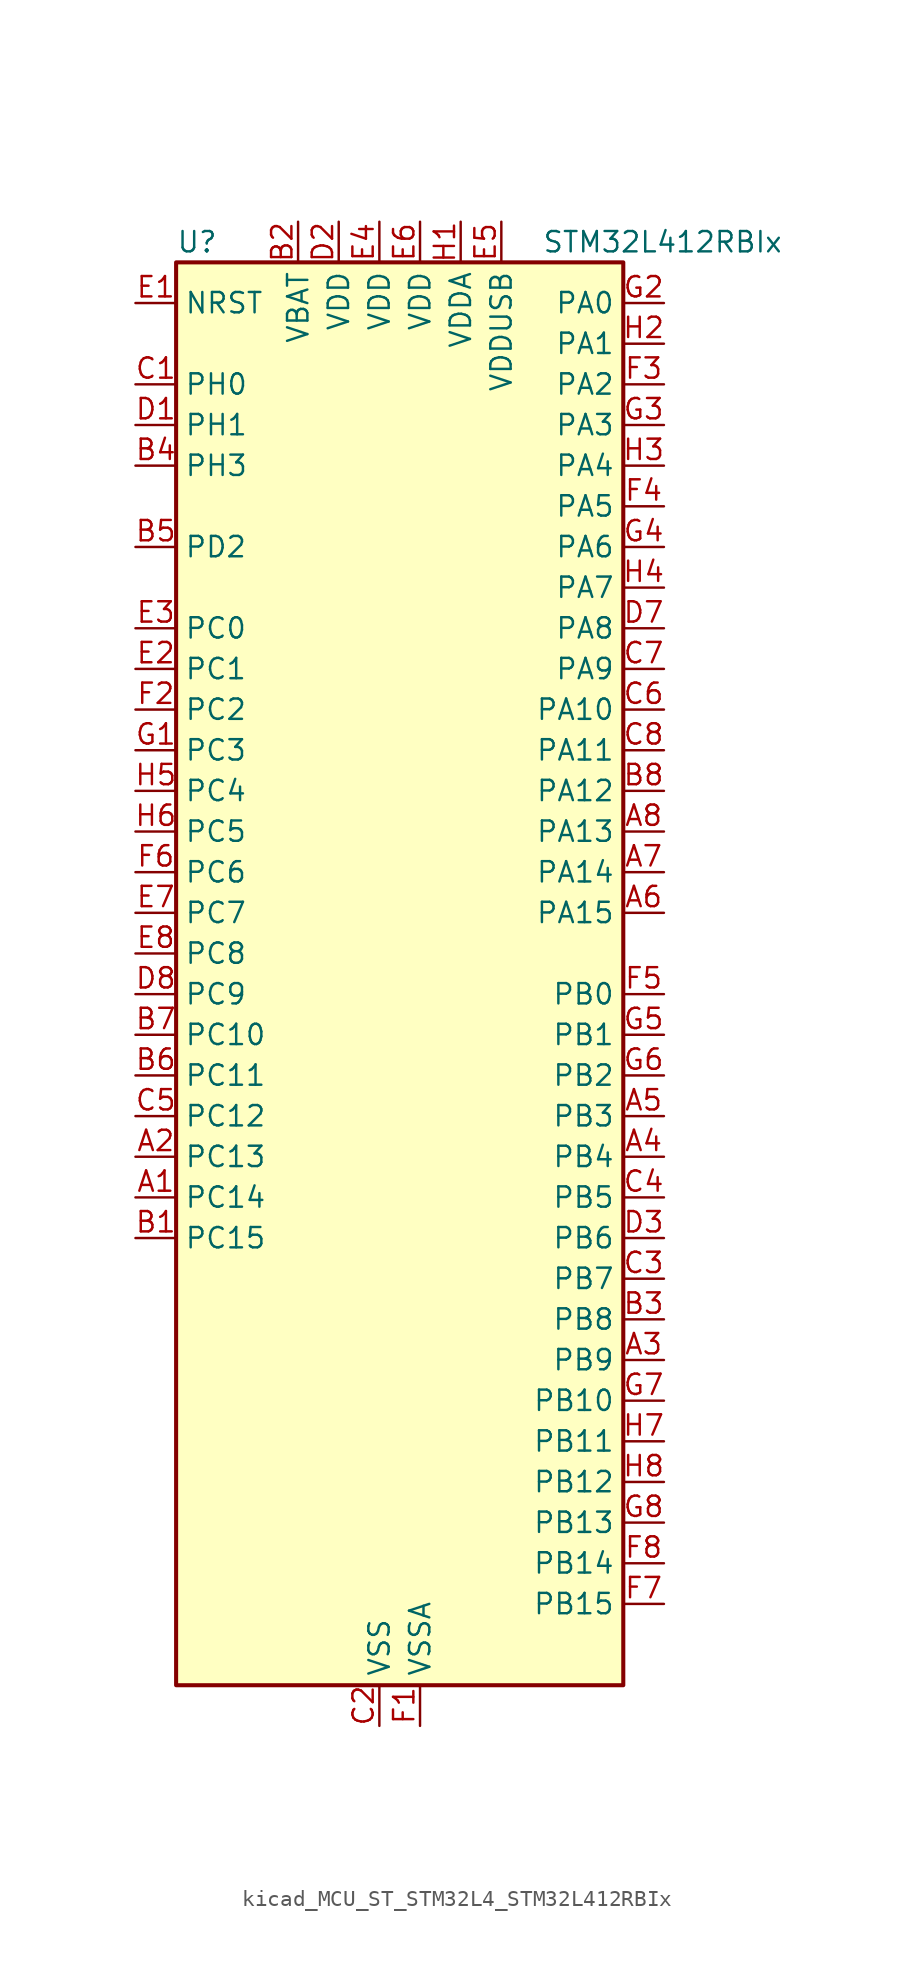
<source format=kicad_sym>
(kicad_symbol_lib
  (version 20220914)
  (generator kicad_symbol_editor)
  (symbol "kicad_MCU_ST_STM32L4_STM32L412RBIx"
    (property "Reference" "U"
      (at -12.7 46.99 0)
      (effects (font (size 1.27 1.27)) (justify left)))
    (property "Value" "STM32L412RBIx"
      (at 10.16 46.99 0)
      (effects (font (size 1.27 1.27)) (justify left)))
    (property "ki_locked" ""
      (at 0 0 0)
      (effects (font (size 1.27 1.27))))
    (symbol "kicad_MCU_ST_STM32L4_STM32L412RBIx_0_1"
      (rectangle (start -12.7 -43.18) (end 15.24 45.72) (stroke (width 0.254) (type default)) (fill (type background))))
    (symbol "kicad_MCU_ST_STM32L4_STM32L412RBIx_1_1"
      (pin bidirectional line (at -15.24 -12.7 0) (length 2.54) (name "PC14" (effects (font (size 1.27 1.27)))) (number "A1" (effects (font (size 1.27 1.27)))) (alternate "RCC_OSC32_IN" bidirectional line))
      (pin bidirectional line (at -15.24 -10.16 0) (length 2.54) (name "PC13" (effects (font (size 1.27 1.27)))) (number "A2" (effects (font (size 1.27 1.27)))) (alternate "RTC_OUT_ALARM" bidirectional line) (alternate "RTC_OUT_CALIB" bidirectional line) (alternate "RTC_TAMP1" bidirectional line) (alternate "RTC_TS" bidirectional line) (alternate "SYS_WKUP2" bidirectional line))
      (pin bidirectional line (at 17.78 -22.86 180) (length 2.54) (name "PB9" (effects (font (size 1.27 1.27)))) (number "A3" (effects (font (size 1.27 1.27)))) (alternate "I2C1_SDA" bidirectional line) (alternate "IR_OUT" bidirectional line) (alternate "SPI2_NSS" bidirectional line))
      (pin bidirectional line (at 17.78 -10.16 180) (length 2.54) (name "PB4" (effects (font (size 1.27 1.27)))) (number "A4" (effects (font (size 1.27 1.27)))) (alternate "I2C3_SDA" bidirectional line) (alternate "SPI1_MISO" bidirectional line) (alternate "SYS_JTRST" bidirectional line) (alternate "TSC_G2_IO1" bidirectional line) (alternate "USART1_CTS" bidirectional line))
      (pin bidirectional line (at 17.78 -7.62 180) (length 2.54) (name "PB3" (effects (font (size 1.27 1.27)))) (number "A5" (effects (font (size 1.27 1.27)))) (alternate "SPI1_SCK" bidirectional line) (alternate "SYS_JTDO-SWO" bidirectional line) (alternate "TIM2_CH2" bidirectional line) (alternate "USART1_DE" bidirectional line) (alternate "USART1_RTS" bidirectional line))
      (pin bidirectional line (at 17.78 5.08 180) (length 2.54) (name "PA15" (effects (font (size 1.27 1.27)))) (number "A6" (effects (font (size 1.27 1.27)))) (alternate "ADC1_EXTI15" bidirectional line) (alternate "ADC2_EXTI15" bidirectional line) (alternate "SPI1_NSS" bidirectional line) (alternate "SYS_JTDI" bidirectional line) (alternate "TIM2_CH1" bidirectional line) (alternate "TIM2_ETR" bidirectional line) (alternate "TSC_G3_IO1" bidirectional line) (alternate "USART2_RX" bidirectional line) (alternate "USART3_DE" bidirectional line) (alternate "USART3_RTS" bidirectional line))
      (pin bidirectional line (at 17.78 7.62 180) (length 2.54) (name "PA14" (effects (font (size 1.27 1.27)))) (number "A7" (effects (font (size 1.27 1.27)))) (alternate "I2C1_SMBA" bidirectional line) (alternate "LPTIM1_OUT" bidirectional line) (alternate "SYS_JTCK-SWCLK" bidirectional line))
      (pin bidirectional line (at 17.78 10.16 180) (length 2.54) (name "PA13" (effects (font (size 1.27 1.27)))) (number "A8" (effects (font (size 1.27 1.27)))) (alternate "IR_OUT" bidirectional line) (alternate "SYS_JTMS-SWDIO" bidirectional line) (alternate "USB_NOE" bidirectional line))
      (pin bidirectional line (at -15.24 -15.24 0) (length 2.54) (name "PC15" (effects (font (size 1.27 1.27)))) (number "B1" (effects (font (size 1.27 1.27)))) (alternate "ADC1_EXTI15" bidirectional line) (alternate "ADC2_EXTI15" bidirectional line) (alternate "RCC_OSC32_OUT" bidirectional line))
      (pin power_in line (at -5.08 48.26 270) (length 2.54) (name "VBAT" (effects (font (size 1.27 1.27)))) (number "B2" (effects (font (size 1.27 1.27)))))
      (pin bidirectional line (at 17.78 -20.32 180) (length 2.54) (name "PB8" (effects (font (size 1.27 1.27)))) (number "B3" (effects (font (size 1.27 1.27)))) (alternate "I2C1_SCL" bidirectional line) (alternate "TIM16_CH1" bidirectional line))
      (pin bidirectional line (at -15.24 33.02 0) (length 2.54) (name "PH3" (effects (font (size 1.27 1.27)))) (number "B4" (effects (font (size 1.27 1.27)))))
      (pin bidirectional line (at -15.24 27.94 0) (length 2.54) (name "PD2" (effects (font (size 1.27 1.27)))) (number "B5" (effects (font (size 1.27 1.27)))) (alternate "SYS_TRACED2" bidirectional line) (alternate "TSC_SYNC" bidirectional line) (alternate "USART3_DE" bidirectional line) (alternate "USART3_RTS" bidirectional line))
      (pin bidirectional line (at -15.24 -5.08 0) (length 2.54) (name "PC11" (effects (font (size 1.27 1.27)))) (number "B6" (effects (font (size 1.27 1.27)))) (alternate "ADC1_EXTI11" bidirectional line) (alternate "ADC2_EXTI11" bidirectional line) (alternate "TSC_G3_IO3" bidirectional line) (alternate "USART3_RX" bidirectional line))
      (pin bidirectional line (at -15.24 -2.54 0) (length 2.54) (name "PC10" (effects (font (size 1.27 1.27)))) (number "B7" (effects (font (size 1.27 1.27)))) (alternate "SYS_TRACED1" bidirectional line) (alternate "TSC_G3_IO2" bidirectional line) (alternate "USART3_TX" bidirectional line))
      (pin bidirectional line (at 17.78 12.7 180) (length 2.54) (name "PA12" (effects (font (size 1.27 1.27)))) (number "B8" (effects (font (size 1.27 1.27)))) (alternate "SPI1_MOSI" bidirectional line) (alternate "TIM1_ETR" bidirectional line) (alternate "USART1_DE" bidirectional line) (alternate "USART1_RTS" bidirectional line) (alternate "USB_DP" bidirectional line))
      (pin bidirectional line (at -15.24 38.1 0) (length 2.54) (name "PH0" (effects (font (size 1.27 1.27)))) (number "C1" (effects (font (size 1.27 1.27)))) (alternate "RCC_OSC_IN" bidirectional line))
      (pin power_in line (at 0 -45.72 90) (length 2.54) (name "VSS" (effects (font (size 1.27 1.27)))) (number "C2" (effects (font (size 1.27 1.27)))))
      (pin bidirectional line (at 17.78 -17.78 180) (length 2.54) (name "PB7" (effects (font (size 1.27 1.27)))) (number "C3" (effects (font (size 1.27 1.27)))) (alternate "I2C1_SDA" bidirectional line) (alternate "LPTIM1_IN2" bidirectional line) (alternate "SYS_PVD_IN" bidirectional line) (alternate "SYS_TRACECLK" bidirectional line) (alternate "TSC_G2_IO4" bidirectional line) (alternate "USART1_RX" bidirectional line))
      (pin bidirectional line (at 17.78 -12.7 180) (length 2.54) (name "PB5" (effects (font (size 1.27 1.27)))) (number "C4" (effects (font (size 1.27 1.27)))) (alternate "I2C1_SMBA" bidirectional line) (alternate "LPTIM1_IN1" bidirectional line) (alternate "SPI1_MOSI" bidirectional line) (alternate "SYS_TRACED2" bidirectional line) (alternate "TIM16_BKIN" bidirectional line) (alternate "TSC_G2_IO2" bidirectional line) (alternate "USART1_CK" bidirectional line))
      (pin bidirectional line (at -15.24 -7.62 0) (length 2.54) (name "PC12" (effects (font (size 1.27 1.27)))) (number "C5" (effects (font (size 1.27 1.27)))) (alternate "SYS_TRACED3" bidirectional line) (alternate "TSC_G3_IO4" bidirectional line) (alternate "USART3_CK" bidirectional line))
      (pin bidirectional line (at 17.78 17.78 180) (length 2.54) (name "PA10" (effects (font (size 1.27 1.27)))) (number "C6" (effects (font (size 1.27 1.27)))) (alternate "CRS_SYNC" bidirectional line) (alternate "I2C1_SDA" bidirectional line) (alternate "TIM1_CH3" bidirectional line) (alternate "USART1_RX" bidirectional line))
      (pin bidirectional line (at 17.78 20.32 180) (length 2.54) (name "PA9" (effects (font (size 1.27 1.27)))) (number "C7" (effects (font (size 1.27 1.27)))) (alternate "I2C1_SCL" bidirectional line) (alternate "TIM15_BKIN" bidirectional line) (alternate "TIM1_CH2" bidirectional line) (alternate "USART1_TX" bidirectional line))
      (pin bidirectional line (at 17.78 15.24 180) (length 2.54) (name "PA11" (effects (font (size 1.27 1.27)))) (number "C8" (effects (font (size 1.27 1.27)))) (alternate "ADC1_EXTI11" bidirectional line) (alternate "ADC2_EXTI11" bidirectional line) (alternate "COMP1_OUT" bidirectional line) (alternate "SPI1_MISO" bidirectional line) (alternate "TIM1_BKIN2" bidirectional line) (alternate "TIM1_BKIN2_COMP1" bidirectional line) (alternate "TIM1_CH4" bidirectional line) (alternate "USART1_CTS" bidirectional line) (alternate "USB_DM" bidirectional line))
      (pin bidirectional line (at -15.24 35.56 0) (length 2.54) (name "PH1" (effects (font (size 1.27 1.27)))) (number "D1" (effects (font (size 1.27 1.27)))) (alternate "RCC_OSC_OUT" bidirectional line))
      (pin power_in line (at -2.54 48.26 270) (length 2.54) (name "VDD" (effects (font (size 1.27 1.27)))) (number "D2" (effects (font (size 1.27 1.27)))))
      (pin bidirectional line (at 17.78 -15.24 180) (length 2.54) (name "PB6" (effects (font (size 1.27 1.27)))) (number "D3" (effects (font (size 1.27 1.27)))) (alternate "I2C1_SCL" bidirectional line) (alternate "LPTIM1_ETR" bidirectional line) (alternate "SYS_TRACED3" bidirectional line) (alternate "TIM16_CH1N" bidirectional line) (alternate "TSC_G2_IO3" bidirectional line) (alternate "USART1_TX" bidirectional line))
      (pin passive line (at 0 -45.72 90) (length 2.54) hide (name "VSS" (effects (font (size 1.27 1.27)))) (number "D4" (effects (font (size 1.27 1.27)))))
      (pin passive line (at 0 -45.72 90) (length 2.54) hide (name "VSS" (effects (font (size 1.27 1.27)))) (number "D5" (effects (font (size 1.27 1.27)))))
      (pin passive line (at 0 -45.72 90) (length 2.54) hide (name "VSS" (effects (font (size 1.27 1.27)))) (number "D6" (effects (font (size 1.27 1.27)))))
      (pin bidirectional line (at 17.78 22.86 180) (length 2.54) (name "PA8" (effects (font (size 1.27 1.27)))) (number "D7" (effects (font (size 1.27 1.27)))) (alternate "LPTIM2_OUT" bidirectional line) (alternate "RCC_MCO" bidirectional line) (alternate "TIM1_CH1" bidirectional line) (alternate "USART1_CK" bidirectional line))
      (pin bidirectional line (at -15.24 0 0) (length 2.54) (name "PC9" (effects (font (size 1.27 1.27)))) (number "D8" (effects (font (size 1.27 1.27)))) (alternate "TSC_G4_IO4" bidirectional line) (alternate "USB_NOE" bidirectional line))
      (pin input line (at -15.24 43.18 0) (length 2.54) (name "NRST" (effects (font (size 1.27 1.27)))) (number "E1" (effects (font (size 1.27 1.27)))))
      (pin bidirectional line (at -15.24 20.32 0) (length 2.54) (name "PC1" (effects (font (size 1.27 1.27)))) (number "E2" (effects (font (size 1.27 1.27)))) (alternate "ADC1_IN2" bidirectional line) (alternate "ADC2_IN2" bidirectional line) (alternate "I2C3_SDA" bidirectional line) (alternate "LPTIM1_OUT" bidirectional line) (alternate "LPUART1_TX" bidirectional line) (alternate "SYS_TRACED0" bidirectional line))
      (pin bidirectional line (at -15.24 22.86 0) (length 2.54) (name "PC0" (effects (font (size 1.27 1.27)))) (number "E3" (effects (font (size 1.27 1.27)))) (alternate "ADC1_IN1" bidirectional line) (alternate "ADC2_IN1" bidirectional line) (alternate "I2C3_SCL" bidirectional line) (alternate "LPTIM1_IN1" bidirectional line) (alternate "LPTIM2_IN1" bidirectional line) (alternate "LPUART1_RX" bidirectional line) (alternate "SYS_TRACECLK" bidirectional line))
      (pin power_in line (at 0 48.26 270) (length 2.54) (name "VDD" (effects (font (size 1.27 1.27)))) (number "E4" (effects (font (size 1.27 1.27)))))
      (pin power_in line (at 7.62 48.26 270) (length 2.54) (name "VDDUSB" (effects (font (size 1.27 1.27)))) (number "E5" (effects (font (size 1.27 1.27)))))
      (pin power_in line (at 2.54 48.26 270) (length 2.54) (name "VDD" (effects (font (size 1.27 1.27)))) (number "E6" (effects (font (size 1.27 1.27)))))
      (pin bidirectional line (at -15.24 5.08 0) (length 2.54) (name "PC7" (effects (font (size 1.27 1.27)))) (number "E7" (effects (font (size 1.27 1.27)))) (alternate "TSC_G4_IO2" bidirectional line))
      (pin bidirectional line (at -15.24 2.54 0) (length 2.54) (name "PC8" (effects (font (size 1.27 1.27)))) (number "E8" (effects (font (size 1.27 1.27)))) (alternate "TSC_G4_IO3" bidirectional line))
      (pin power_in line (at 2.54 -45.72 90) (length 2.54) (name "VSSA" (effects (font (size 1.27 1.27)))) (number "F1" (effects (font (size 1.27 1.27)))))
      (pin bidirectional line (at -15.24 17.78 0) (length 2.54) (name "PC2" (effects (font (size 1.27 1.27)))) (number "F2" (effects (font (size 1.27 1.27)))) (alternate "ADC1_IN3" bidirectional line) (alternate "ADC2_IN3" bidirectional line) (alternate "LPTIM1_IN2" bidirectional line) (alternate "SPI2_MISO" bidirectional line))
      (pin bidirectional line (at 17.78 38.1 180) (length 2.54) (name "PA2" (effects (font (size 1.27 1.27)))) (number "F3" (effects (font (size 1.27 1.27)))) (alternate "ADC1_IN7" bidirectional line) (alternate "ADC2_IN7" bidirectional line) (alternate "LPUART1_TX" bidirectional line) (alternate "QUADSPI_BK1_NCS" bidirectional line) (alternate "RCC_LSCO" bidirectional line) (alternate "SYS_WKUP4" bidirectional line) (alternate "TIM15_CH1" bidirectional line) (alternate "TIM2_CH3" bidirectional line) (alternate "USART2_TX" bidirectional line))
      (pin bidirectional line (at 17.78 30.48 180) (length 2.54) (name "PA5" (effects (font (size 1.27 1.27)))) (number "F4" (effects (font (size 1.27 1.27)))) (alternate "ADC1_IN10" bidirectional line) (alternate "ADC2_IN10" bidirectional line) (alternate "COMP1_INM" bidirectional line) (alternate "LPTIM2_ETR" bidirectional line) (alternate "SPI1_SCK" bidirectional line) (alternate "TIM2_CH1" bidirectional line) (alternate "TIM2_ETR" bidirectional line))
      (pin bidirectional line (at 17.78 0 180) (length 2.54) (name "PB0" (effects (font (size 1.27 1.27)))) (number "F5" (effects (font (size 1.27 1.27)))) (alternate "ADC1_IN15" bidirectional line) (alternate "ADC2_IN15" bidirectional line) (alternate "COMP1_OUT" bidirectional line) (alternate "QUADSPI_BK1_IO1" bidirectional line) (alternate "SPI1_NSS" bidirectional line) (alternate "SYS_TRACED0" bidirectional line) (alternate "TIM1_CH2N" bidirectional line) (alternate "USART3_CK" bidirectional line))
      (pin bidirectional line (at -15.24 7.62 0) (length 2.54) (name "PC6" (effects (font (size 1.27 1.27)))) (number "F6" (effects (font (size 1.27 1.27)))) (alternate "TSC_G4_IO1" bidirectional line))
      (pin bidirectional line (at 17.78 -38.1 180) (length 2.54) (name "PB15" (effects (font (size 1.27 1.27)))) (number "F7" (effects (font (size 1.27 1.27)))) (alternate "ADC1_EXTI15" bidirectional line) (alternate "ADC2_EXTI15" bidirectional line) (alternate "RTC_REFIN" bidirectional line) (alternate "SPI2_MOSI" bidirectional line) (alternate "TIM15_CH2" bidirectional line) (alternate "TIM1_CH3N" bidirectional line) (alternate "TSC_G1_IO4" bidirectional line))
      (pin bidirectional line (at 17.78 -35.56 180) (length 2.54) (name "PB14" (effects (font (size 1.27 1.27)))) (number "F8" (effects (font (size 1.27 1.27)))) (alternate "I2C2_SDA" bidirectional line) (alternate "SPI2_MISO" bidirectional line) (alternate "TIM15_CH1" bidirectional line) (alternate "TIM1_CH2N" bidirectional line) (alternate "TSC_G1_IO3" bidirectional line) (alternate "USART3_DE" bidirectional line) (alternate "USART3_RTS" bidirectional line))
      (pin bidirectional line (at -15.24 15.24 0) (length 2.54) (name "PC3" (effects (font (size 1.27 1.27)))) (number "G1" (effects (font (size 1.27 1.27)))) (alternate "ADC1_IN4" bidirectional line) (alternate "ADC2_IN4" bidirectional line) (alternate "LPTIM1_ETR" bidirectional line) (alternate "LPTIM2_ETR" bidirectional line) (alternate "SPI2_MOSI" bidirectional line))
      (pin bidirectional line (at 17.78 43.18 180) (length 2.54) (name "PA0" (effects (font (size 1.27 1.27)))) (number "G2" (effects (font (size 1.27 1.27)))) (alternate "ADC1_IN5" bidirectional line) (alternate "COMP1_INM" bidirectional line) (alternate "COMP1_OUT" bidirectional line) (alternate "OPAMP1_VINP" bidirectional line) (alternate "RTC_TAMP2" bidirectional line) (alternate "SYS_WKUP1" bidirectional line) (alternate "TIM2_CH1" bidirectional line) (alternate "TIM2_ETR" bidirectional line) (alternate "USART2_CTS" bidirectional line))
      (pin bidirectional line (at 17.78 35.56 180) (length 2.54) (name "PA3" (effects (font (size 1.27 1.27)))) (number "G3" (effects (font (size 1.27 1.27)))) (alternate "ADC1_IN8" bidirectional line) (alternate "ADC2_IN8" bidirectional line) (alternate "LPUART1_RX" bidirectional line) (alternate "OPAMP1_VOUT" bidirectional line) (alternate "QUADSPI_CLK" bidirectional line) (alternate "TIM15_CH2" bidirectional line) (alternate "TIM2_CH4" bidirectional line) (alternate "USART2_RX" bidirectional line))
      (pin bidirectional line (at 17.78 27.94 180) (length 2.54) (name "PA6" (effects (font (size 1.27 1.27)))) (number "G4" (effects (font (size 1.27 1.27)))) (alternate "ADC1_IN11" bidirectional line) (alternate "ADC2_IN11" bidirectional line) (alternate "COMP1_OUT" bidirectional line) (alternate "LPUART1_CTS" bidirectional line) (alternate "QUADSPI_BK1_IO3" bidirectional line) (alternate "SPI1_MISO" bidirectional line) (alternate "TIM16_CH1" bidirectional line) (alternate "TIM1_BKIN" bidirectional line) (alternate "USART3_CTS" bidirectional line))
      (pin bidirectional line (at 17.78 -2.54 180) (length 2.54) (name "PB1" (effects (font (size 1.27 1.27)))) (number "G5" (effects (font (size 1.27 1.27)))) (alternate "ADC1_IN16" bidirectional line) (alternate "ADC2_IN16" bidirectional line) (alternate "COMP1_INM" bidirectional line) (alternate "LPTIM2_IN1" bidirectional line) (alternate "LPUART1_DE" bidirectional line) (alternate "LPUART1_RTS" bidirectional line) (alternate "QUADSPI_BK1_IO0" bidirectional line) (alternate "SYS_TRACED1" bidirectional line) (alternate "TIM1_CH3N" bidirectional line) (alternate "USART3_DE" bidirectional line) (alternate "USART3_RTS" bidirectional line))
      (pin bidirectional line (at 17.78 -5.08 180) (length 2.54) (name "PB2" (effects (font (size 1.27 1.27)))) (number "G6" (effects (font (size 1.27 1.27)))) (alternate "COMP1_INP" bidirectional line) (alternate "I2C3_SMBA" bidirectional line) (alternate "LPTIM1_OUT" bidirectional line) (alternate "RTC_OUT_ALARM" bidirectional line) (alternate "RTC_OUT_CALIB" bidirectional line))
      (pin bidirectional line (at 17.78 -25.4 180) (length 2.54) (name "PB10" (effects (font (size 1.27 1.27)))) (number "G7" (effects (font (size 1.27 1.27)))) (alternate "COMP1_OUT" bidirectional line) (alternate "I2C2_SCL" bidirectional line) (alternate "LPUART1_RX" bidirectional line) (alternate "QUADSPI_CLK" bidirectional line) (alternate "SPI2_SCK" bidirectional line) (alternate "TIM2_CH3" bidirectional line) (alternate "TSC_SYNC" bidirectional line) (alternate "USART3_TX" bidirectional line))
      (pin bidirectional line (at 17.78 -33.02 180) (length 2.54) (name "PB13" (effects (font (size 1.27 1.27)))) (number "G8" (effects (font (size 1.27 1.27)))) (alternate "I2C2_SCL" bidirectional line) (alternate "LPUART1_CTS" bidirectional line) (alternate "SPI2_SCK" bidirectional line) (alternate "TIM15_CH1N" bidirectional line) (alternate "TIM1_CH1N" bidirectional line) (alternate "TSC_G1_IO2" bidirectional line) (alternate "USART3_CTS" bidirectional line))
      (pin power_in line (at 5.08 48.26 270) (length 2.54) (name "VDDA" (effects (font (size 1.27 1.27)))) (number "H1" (effects (font (size 1.27 1.27)))))
      (pin bidirectional line (at 17.78 40.64 180) (length 2.54) (name "PA1" (effects (font (size 1.27 1.27)))) (number "H2" (effects (font (size 1.27 1.27)))) (alternate "ADC1_IN6" bidirectional line) (alternate "COMP1_INP" bidirectional line) (alternate "I2C1_SMBA" bidirectional line) (alternate "OPAMP1_VINM" bidirectional line) (alternate "SPI1_SCK" bidirectional line) (alternate "TIM15_CH1N" bidirectional line) (alternate "TIM2_CH2" bidirectional line) (alternate "USART2_DE" bidirectional line) (alternate "USART2_RTS" bidirectional line))
      (pin bidirectional line (at 17.78 33.02 180) (length 2.54) (name "PA4" (effects (font (size 1.27 1.27)))) (number "H3" (effects (font (size 1.27 1.27)))) (alternate "ADC1_IN9" bidirectional line) (alternate "ADC2_IN9" bidirectional line) (alternate "COMP1_INM" bidirectional line) (alternate "LPTIM2_OUT" bidirectional line) (alternate "SPI1_NSS" bidirectional line) (alternate "USART2_CK" bidirectional line))
      (pin bidirectional line (at 17.78 25.4 180) (length 2.54) (name "PA7" (effects (font (size 1.27 1.27)))) (number "H4" (effects (font (size 1.27 1.27)))) (alternate "ADC1_IN12" bidirectional line) (alternate "ADC2_IN12" bidirectional line) (alternate "I2C3_SCL" bidirectional line) (alternate "QUADSPI_BK1_IO2" bidirectional line) (alternate "SPI1_MOSI" bidirectional line) (alternate "TIM1_CH1N" bidirectional line))
      (pin bidirectional line (at -15.24 12.7 0) (length 2.54) (name "PC4" (effects (font (size 1.27 1.27)))) (number "H5" (effects (font (size 1.27 1.27)))) (alternate "ADC1_IN13" bidirectional line) (alternate "ADC2_IN13" bidirectional line) (alternate "COMP1_INM" bidirectional line) (alternate "USART3_TX" bidirectional line))
      (pin bidirectional line (at -15.24 10.16 0) (length 2.54) (name "PC5" (effects (font (size 1.27 1.27)))) (number "H6" (effects (font (size 1.27 1.27)))) (alternate "ADC1_IN14" bidirectional line) (alternate "ADC2_IN14" bidirectional line) (alternate "COMP1_INP" bidirectional line) (alternate "SYS_WKUP5" bidirectional line) (alternate "USART3_RX" bidirectional line))
      (pin bidirectional line (at 17.78 -27.94 180) (length 2.54) (name "PB11" (effects (font (size 1.27 1.27)))) (number "H7" (effects (font (size 1.27 1.27)))) (alternate "ADC1_EXTI11" bidirectional line) (alternate "ADC2_EXTI11" bidirectional line) (alternate "I2C2_SDA" bidirectional line) (alternate "LPUART1_TX" bidirectional line) (alternate "QUADSPI_BK1_NCS" bidirectional line) (alternate "TIM2_CH4" bidirectional line) (alternate "USART3_RX" bidirectional line))
      (pin bidirectional line (at 17.78 -30.48 180) (length 2.54) (name "PB12" (effects (font (size 1.27 1.27)))) (number "H8" (effects (font (size 1.27 1.27)))) (alternate "I2C2_SMBA" bidirectional line) (alternate "LPUART1_DE" bidirectional line) (alternate "LPUART1_RTS" bidirectional line) (alternate "SPI2_NSS" bidirectional line) (alternate "TIM15_BKIN" bidirectional line) (alternate "TIM1_BKIN" bidirectional line) (alternate "TSC_G1_IO1" bidirectional line) (alternate "USART3_CK" bidirectional line)))))
</source>
